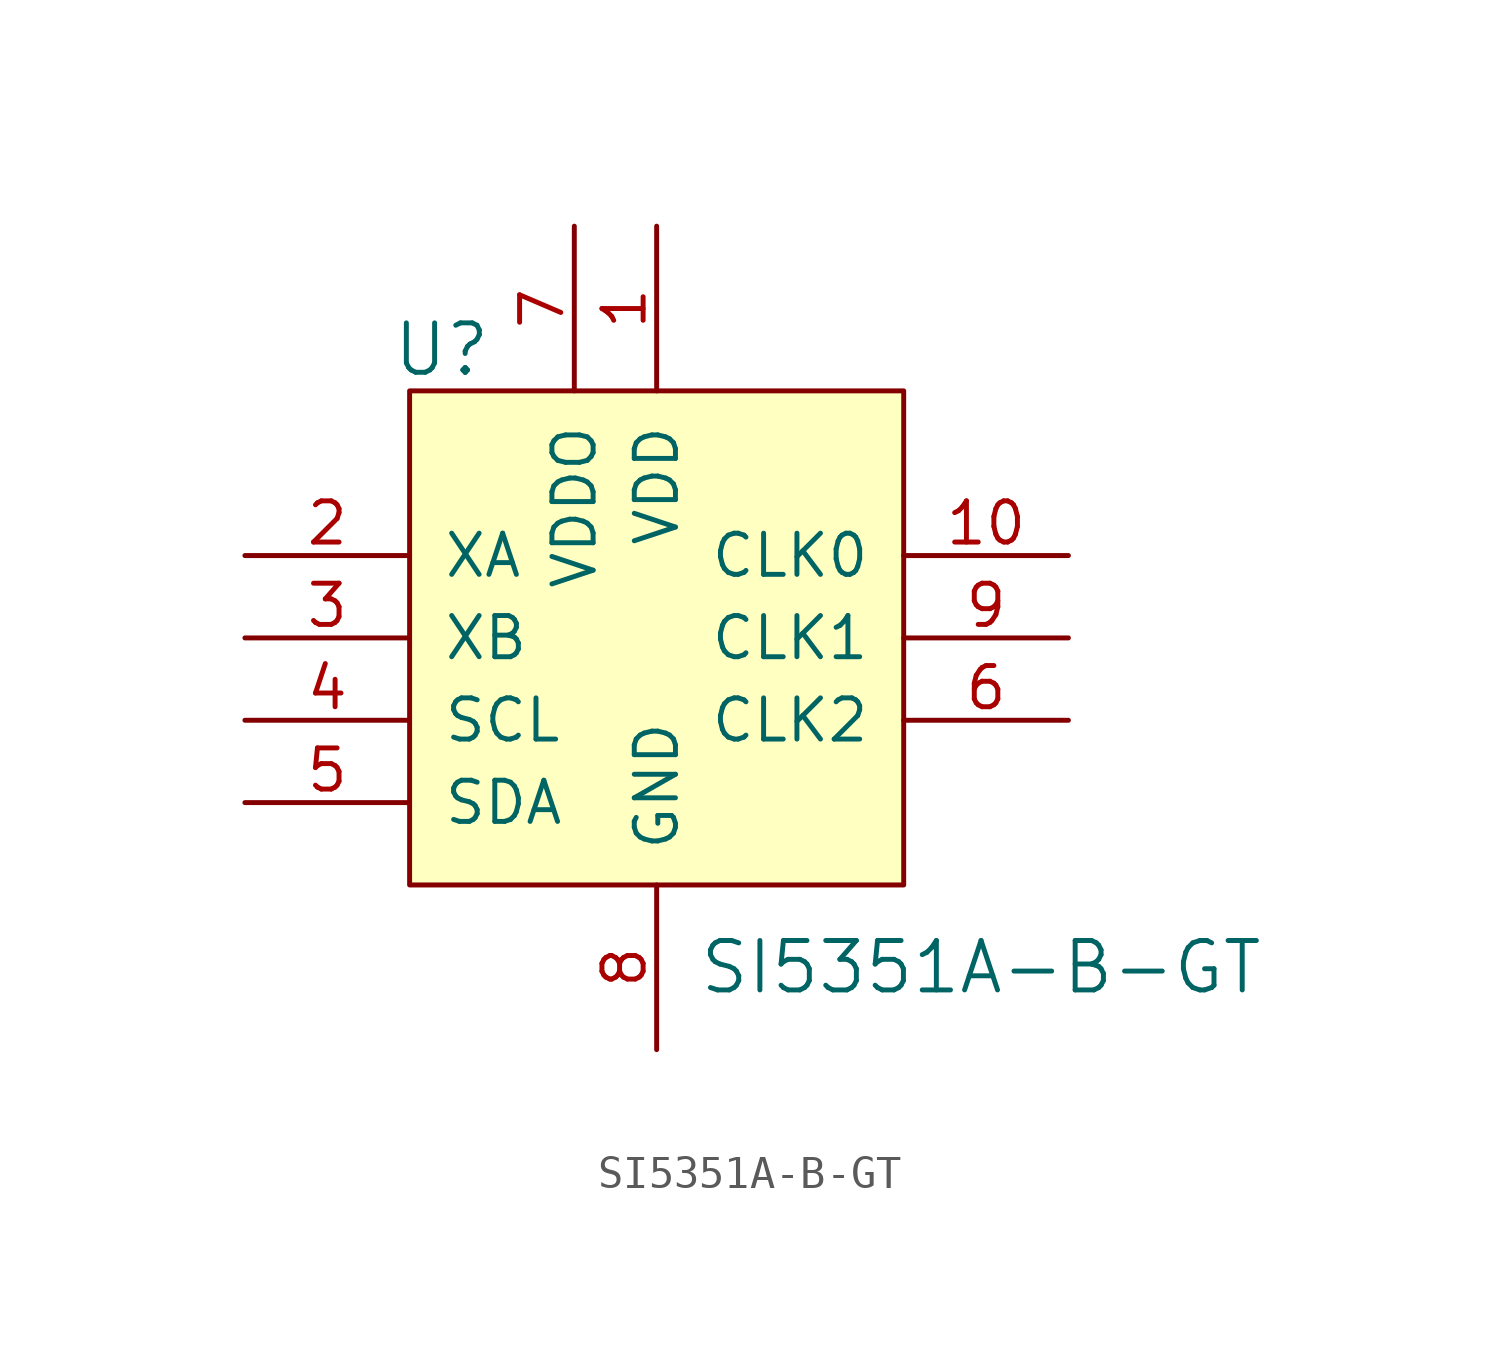
<source format=kicad_sym>
(kicad_symbol_lib
  (version 20220914)
  (generator kicad_symbol_editor)
  (symbol "SI5351A-B-GT"
    (pin_names
      (offset 1.016))
    (property "Reference" "U"
      (at -5.08 8.89 0)
      (effects (font (size 1.524 1.524)) (justify right)))
    (property "Value" "SI5351A-B-GT"
      (at 1.27 -10.16 0)
      (effects (font (size 1.524 1.524)) (justify left)))
    (symbol "SI5351A-B-GT_0_1"
      (rectangle (start -7.62 7.62) (end 7.62 -7.62) (stroke (width 0) (type solid)) (fill (type background))))
    (symbol "SI5351A-B-GT_1_1"
      (pin power_in line (at 0 12.7 270) (length 5.08) (name "VDD" (effects (font (size 1.27 1.27)))) (number "1" (effects (font (size 1.27 1.27)))))
      (pin output line (at 12.7 2.54 180) (length 5.08) (name "CLK0" (effects (font (size 1.27 1.27)))) (number "10" (effects (font (size 1.27 1.27)))))
      (pin input line (at -12.7 2.54 0) (length 5.08) (name "XA" (effects (font (size 1.27 1.27)))) (number "2" (effects (font (size 1.27 1.27)))))
      (pin input line (at -12.7 0 0) (length 5.08) (name "XB" (effects (font (size 1.27 1.27)))) (number "3" (effects (font (size 1.27 1.27)))))
      (pin input line (at -12.7 -2.54 0) (length 5.08) (name "SCL" (effects (font (size 1.27 1.27)))) (number "4" (effects (font (size 1.27 1.27)))))
      (pin bidirectional line (at -12.7 -5.08 0) (length 5.08) (name "SDA" (effects (font (size 1.27 1.27)))) (number "5" (effects (font (size 1.27 1.27)))))
      (pin output line (at 12.7 -2.54 180) (length 5.08) (name "CLK2" (effects (font (size 1.27 1.27)))) (number "6" (effects (font (size 1.27 1.27)))))
      (pin power_in line (at -2.54 12.7 270) (length 5.08) (name "VDDO" (effects (font (size 1.27 1.27)))) (number "7" (effects (font (size 1.27 1.27)))))
      (pin power_in line (at 0 -12.7 90) (length 5.08) (name "GND" (effects (font (size 1.27 1.27)))) (number "8" (effects (font (size 1.27 1.27)))))
      (pin output line (at 12.7 0 180) (length 5.08) (name "CLK1" (effects (font (size 1.27 1.27)))) (number "9" (effects (font (size 1.27 1.27))))))))
</source>
